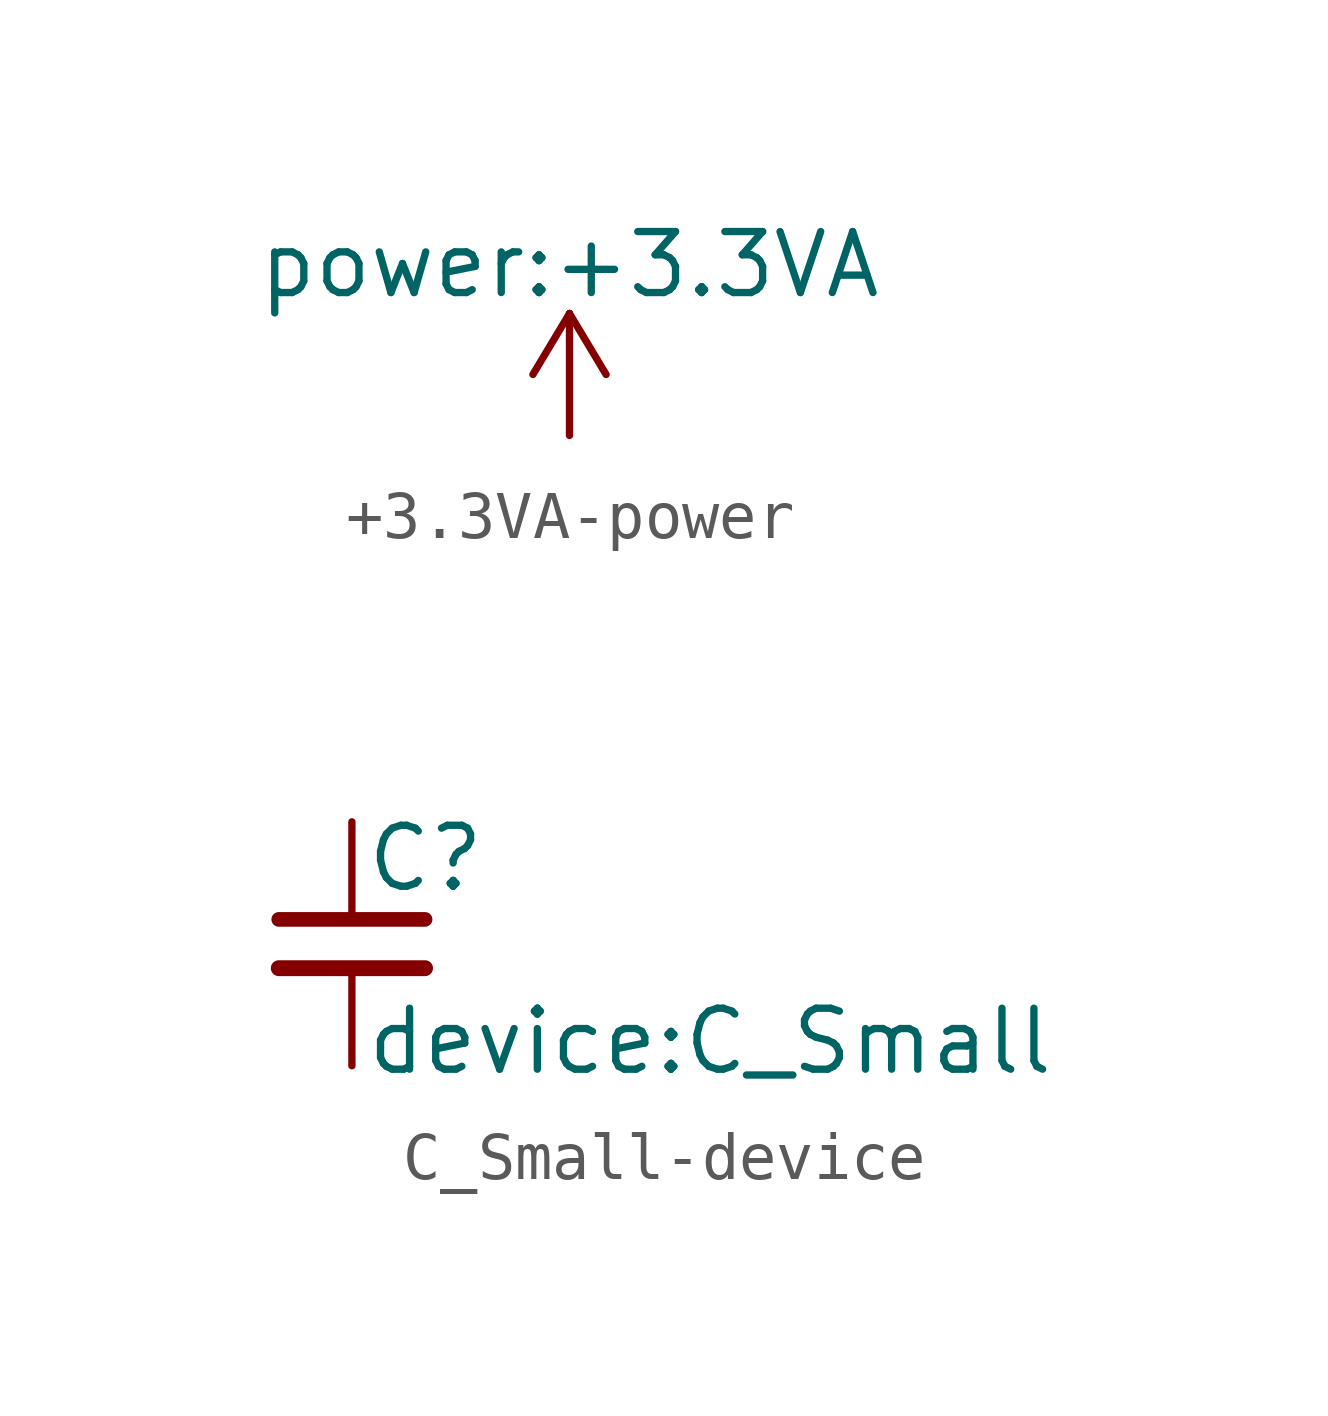
<source format=kicad_sym>
(kicad_symbol_lib
  (version 20231120)
  (generator "kicad_symbol_editor")
  (generator_version "8.0")
  (symbol "+3.3VA-power"
    (power)
    (pin_names
      (offset 0))
    (property "Reference" "#PWR"
      (at 0 -3.81 0)
      (effects (font (size 1.27 1.27)) (hide yes)))
    (property "Value" "power:+3.3VA"
      (at 0 3.556 0)
      (effects (font (size 1.27 1.27))))
    (symbol "+3.3VA-power_0_1"
      (polyline (pts (xy -0.762 1.27) (xy 0 2.54)) (stroke (width 0) (type solid)) (fill (type none)))
      (polyline (pts (xy 0 0) (xy 0 2.54)) (stroke (width 0) (type solid)) (fill (type none)))
      (polyline (pts (xy 0 2.54) (xy 0.762 1.27)) (stroke (width 0) (type solid)) (fill (type none))))
    (symbol "+3.3VA-power_1_1"
      (pin power_in line (at 0 0 90) (length 0) hide (name "+3.3VA" (effects (font (size 1.27 1.27)))) (number "1" (effects (font (size 1.27 1.27)))))))
  (symbol "C_Small-device"
    (pin_numbers hide)
    (pin_names
      (offset 0.254) hide)
    (property "Reference" "C"
      (at 0.254 1.778 0)
      (effects (font (size 1.27 1.27)) (justify left)))
    (property "Value" "device:C_Small"
      (at 0.254 -2.032 0)
      (effects (font (size 1.27 1.27)) (justify left)))
    (symbol "C_Small-device_0_1"
      (polyline (pts (xy -1.524 -0.508) (xy 1.524 -0.508)) (stroke (width 0.33) (type solid)) (fill (type none)))
      (polyline (pts (xy -1.524 0.508) (xy 1.524 0.508)) (stroke (width 0.305) (type solid)) (fill (type none))))
    (symbol "C_Small-device_1_1"
      (pin passive line (at 0 2.54 270) (length 2.032) (name "~" (effects (font (size 1.27 1.27)))) (number "1" (effects (font (size 1.27 1.27)))))
      (pin passive line (at 0 -2.54 90) (length 2.032) (name "~" (effects (font (size 1.27 1.27)))) (number "2" (effects (font (size 1.27 1.27))))))))
</source>
